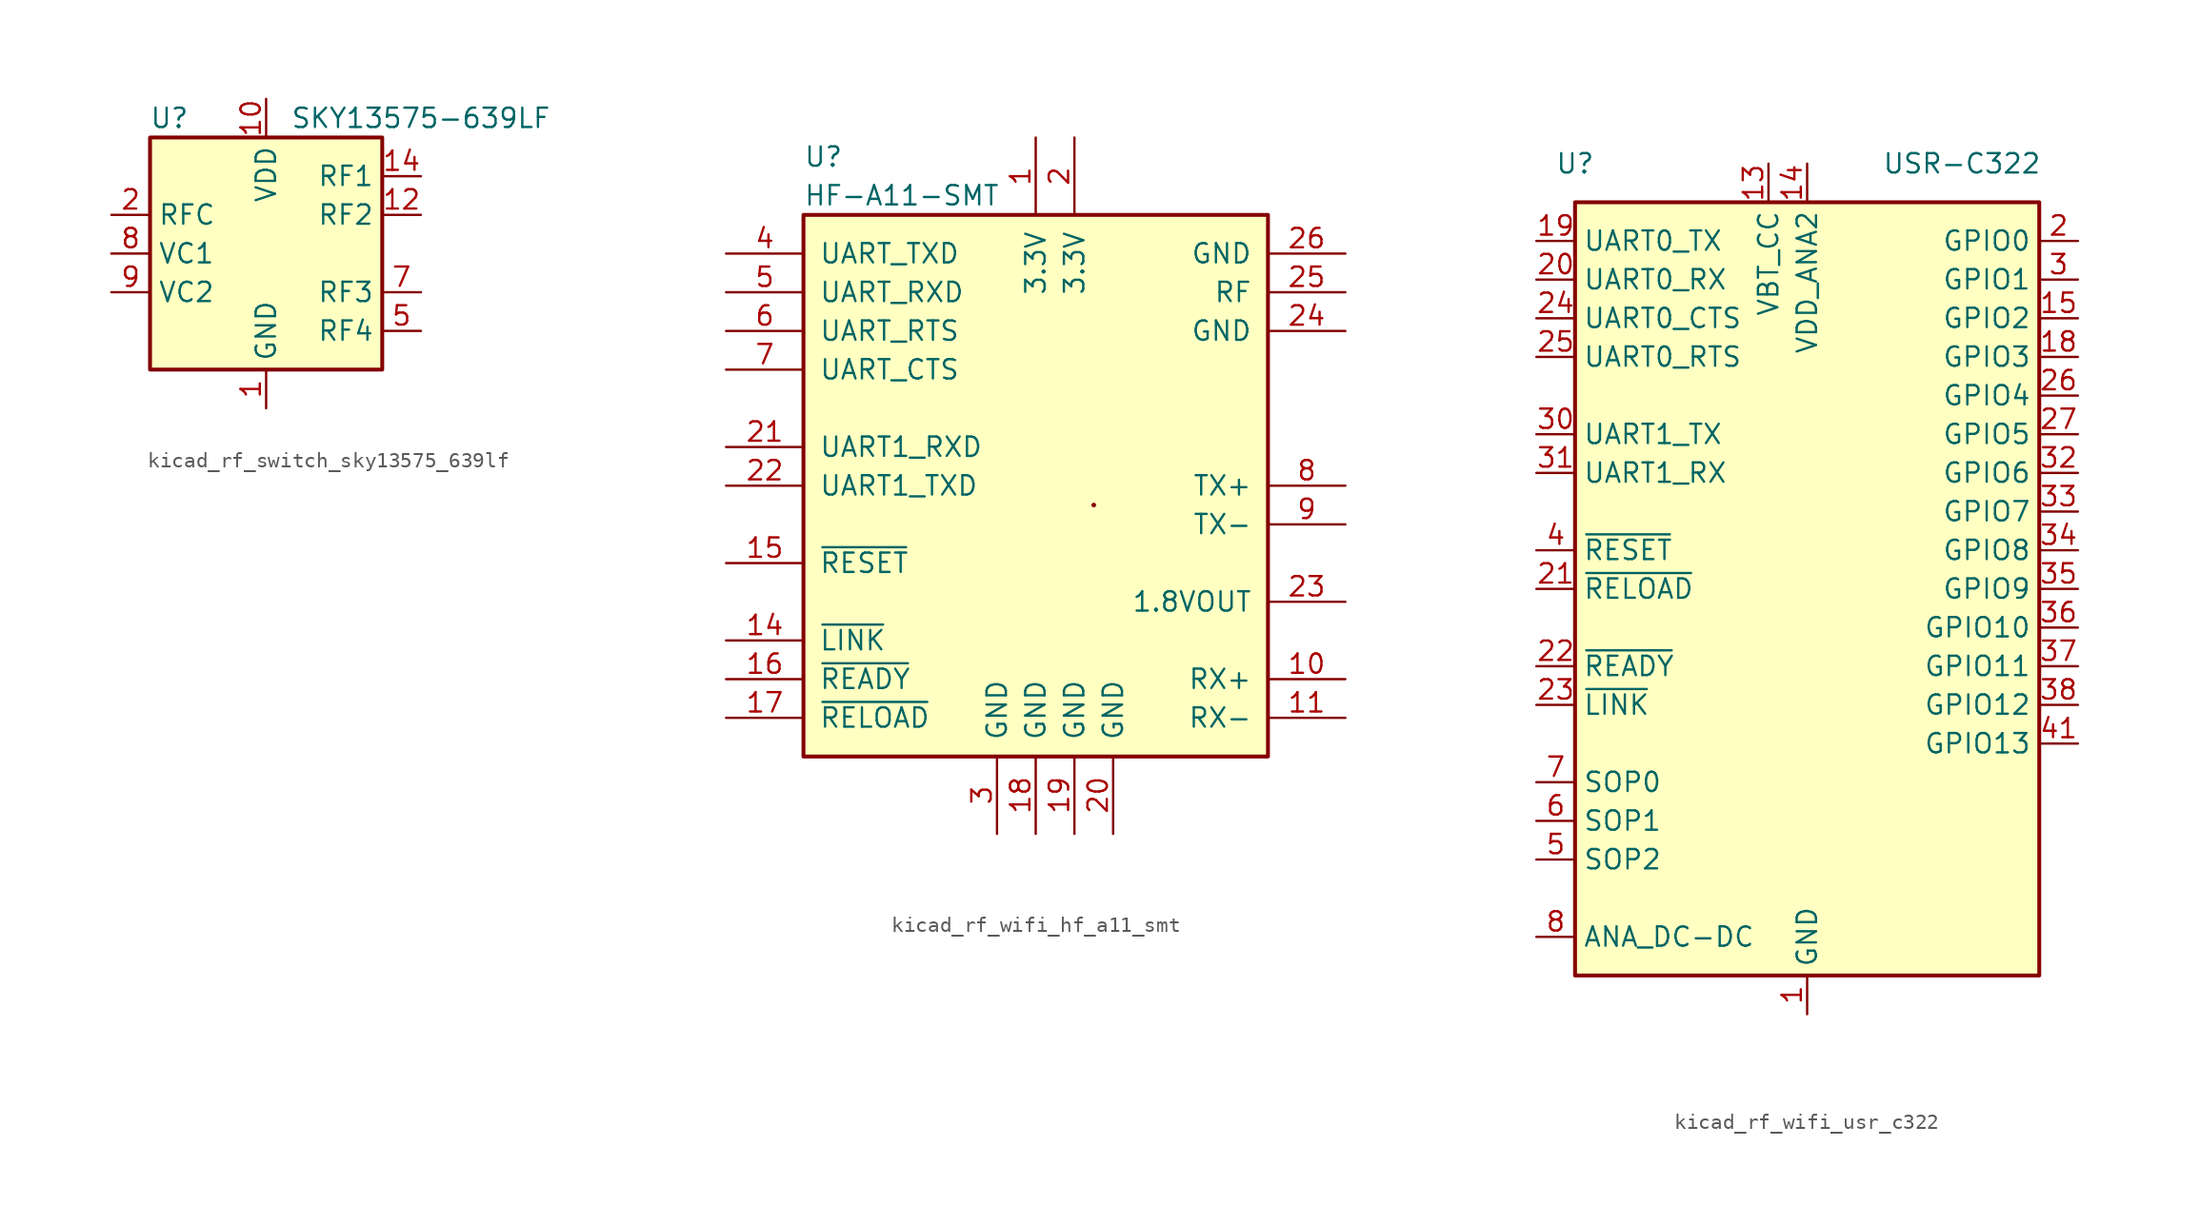
<source format=kicad_sym>
(kicad_symbol_lib
  (version 20220914)
  (generator kicad_symbol_editor)
  (symbol "kicad_rf_switch_sky13575_639lf"
    (property "Reference" "U"
      (at -6.35 8.89 0)
      (effects (font (size 1.27 1.27))))
    (property "Value" "SKY13575-639LF"
      (at 10.16 8.89 0)
      (effects (font (size 1.27 1.27))))
    (symbol "kicad_rf_switch_sky13575_639lf_0_1"
      (rectangle (start -7.62 7.62) (end 7.62 -7.62) (stroke (width 0.254) (type default)) (fill (type background))))
    (symbol "kicad_rf_switch_sky13575_639lf_1_1"
      (pin power_in line (at 0 -10.16 90) (length 2.54) (name "GND" (effects (font (size 1.27 1.27)))) (number "1" (effects (font (size 1.27 1.27)))))
      (pin power_in line (at 0 10.16 270) (length 2.54) (name "VDD" (effects (font (size 1.27 1.27)))) (number "10" (effects (font (size 1.27 1.27)))))
      (pin passive line (at 0 -10.16 90) (length 2.54) hide (name "GND" (effects (font (size 1.27 1.27)))) (number "11" (effects (font (size 1.27 1.27)))))
      (pin passive line (at 10.16 2.54 180) (length 2.54) (name "RF2" (effects (font (size 1.27 1.27)))) (number "12" (effects (font (size 1.27 1.27)))))
      (pin passive line (at 0 -10.16 90) (length 2.54) hide (name "GND" (effects (font (size 1.27 1.27)))) (number "13" (effects (font (size 1.27 1.27)))))
      (pin passive line (at 10.16 5.08 180) (length 2.54) (name "RF1" (effects (font (size 1.27 1.27)))) (number "14" (effects (font (size 1.27 1.27)))))
      (pin passive line (at 0 -10.16 90) (length 2.54) hide (name "GND" (effects (font (size 1.27 1.27)))) (number "15" (effects (font (size 1.27 1.27)))))
      (pin passive line (at -10.16 2.54 0) (length 2.54) (name "RFC" (effects (font (size 1.27 1.27)))) (number "2" (effects (font (size 1.27 1.27)))))
      (pin passive line (at 0 -10.16 90) (length 2.54) hide (name "GND" (effects (font (size 1.27 1.27)))) (number "3" (effects (font (size 1.27 1.27)))))
      (pin passive line (at 0 -10.16 90) (length 2.54) hide (name "GND" (effects (font (size 1.27 1.27)))) (number "4" (effects (font (size 1.27 1.27)))))
      (pin passive line (at 10.16 -5.08 180) (length 2.54) (name "RF4" (effects (font (size 1.27 1.27)))) (number "5" (effects (font (size 1.27 1.27)))))
      (pin passive line (at 0 -10.16 90) (length 2.54) hide (name "GND" (effects (font (size 1.27 1.27)))) (number "6" (effects (font (size 1.27 1.27)))))
      (pin passive line (at 10.16 -2.54 180) (length 2.54) (name "RF3" (effects (font (size 1.27 1.27)))) (number "7" (effects (font (size 1.27 1.27)))))
      (pin input line (at -10.16 0 0) (length 2.54) (name "VC1" (effects (font (size 1.27 1.27)))) (number "8" (effects (font (size 1.27 1.27)))))
      (pin input line (at -10.16 -2.54 0) (length 2.54) (name "VC2" (effects (font (size 1.27 1.27)))) (number "9" (effects (font (size 1.27 1.27)))))))
  (symbol "kicad_rf_wifi_hf_a11_smt"
    (pin_names
      (offset 1.016))
    (property "Reference" "U"
      (at -15.24 21.59 0)
      (effects (font (size 1.27 1.27)) (justify left)))
    (property "Value" "HF-A11-SMT"
      (at -15.24 19.05 0)
      (effects (font (size 1.27 1.27)) (justify left)))
    (symbol "kicad_rf_wifi_hf_a11_smt_0_1"
      (rectangle (start -15.24 17.78) (end 15.24 -17.78) (stroke (width 0.254) (type default)) (fill (type background)))
      (circle (center 3.81 -1.27) (radius 0.0001) (stroke (width 0) (type default)) (fill (type none))))
    (symbol "kicad_rf_wifi_hf_a11_smt_1_1"
      (pin power_in line (at 0 22.86 270) (length 5.08) (name "3.3V" (effects (font (size 1.27 1.27)))) (number "1" (effects (font (size 1.27 1.27)))))
      (pin passive line (at 20.32 -12.7 180) (length 5.08) (name "RX+" (effects (font (size 1.27 1.27)))) (number "10" (effects (font (size 1.27 1.27)))))
      (pin passive line (at 20.32 -15.24 180) (length 5.08) (name "RX-" (effects (font (size 1.27 1.27)))) (number "11" (effects (font (size 1.27 1.27)))))
      (pin output line (at -20.32 -10.16 0) (length 5.08) (name "~{LINK}" (effects (font (size 1.27 1.27)))) (number "14" (effects (font (size 1.27 1.27)))))
      (pin input line (at -20.32 -5.08 0) (length 5.08) (name "~{RESET}" (effects (font (size 1.27 1.27)))) (number "15" (effects (font (size 1.27 1.27)))))
      (pin output line (at -20.32 -12.7 0) (length 5.08) (name "~{READY}" (effects (font (size 1.27 1.27)))) (number "16" (effects (font (size 1.27 1.27)))))
      (pin input line (at -20.32 -15.24 0) (length 5.08) (name "~{RELOAD}" (effects (font (size 1.27 1.27)))) (number "17" (effects (font (size 1.27 1.27)))))
      (pin power_in line (at 0 -22.86 90) (length 5.08) (name "GND" (effects (font (size 1.27 1.27)))) (number "18" (effects (font (size 1.27 1.27)))))
      (pin power_in line (at 2.54 -22.86 90) (length 5.08) (name "GND" (effects (font (size 1.27 1.27)))) (number "19" (effects (font (size 1.27 1.27)))))
      (pin power_in line (at 2.54 22.86 270) (length 5.08) (name "3.3V" (effects (font (size 1.27 1.27)))) (number "2" (effects (font (size 1.27 1.27)))))
      (pin power_in line (at 5.08 -22.86 90) (length 5.08) (name "GND" (effects (font (size 1.27 1.27)))) (number "20" (effects (font (size 1.27 1.27)))))
      (pin input line (at -20.32 2.54 0) (length 5.08) (name "UART1_RXD" (effects (font (size 1.27 1.27)))) (number "21" (effects (font (size 1.27 1.27)))))
      (pin output line (at -20.32 0 0) (length 5.08) (name "UART1_TXD" (effects (font (size 1.27 1.27)))) (number "22" (effects (font (size 1.27 1.27)))))
      (pin power_out line (at 20.32 -7.62 180) (length 5.08) (name "1.8VOUT" (effects (font (size 1.27 1.27)))) (number "23" (effects (font (size 1.27 1.27)))))
      (pin power_in line (at 20.32 10.16 180) (length 5.08) (name "GND" (effects (font (size 1.27 1.27)))) (number "24" (effects (font (size 1.27 1.27)))))
      (pin passive line (at 20.32 12.7 180) (length 5.08) (name "RF" (effects (font (size 1.27 1.27)))) (number "25" (effects (font (size 1.27 1.27)))))
      (pin power_in line (at 20.32 15.24 180) (length 5.08) (name "GND" (effects (font (size 1.27 1.27)))) (number "26" (effects (font (size 1.27 1.27)))))
      (pin power_in line (at -2.54 -22.86 90) (length 5.08) (name "GND" (effects (font (size 1.27 1.27)))) (number "3" (effects (font (size 1.27 1.27)))))
      (pin output line (at -20.32 15.24 0) (length 5.08) (name "UART_TXD" (effects (font (size 1.27 1.27)))) (number "4" (effects (font (size 1.27 1.27)))))
      (pin input line (at -20.32 12.7 0) (length 5.08) (name "UART_RXD" (effects (font (size 1.27 1.27)))) (number "5" (effects (font (size 1.27 1.27)))))
      (pin output line (at -20.32 10.16 0) (length 5.08) (name "UART_RTS" (effects (font (size 1.27 1.27)))) (number "6" (effects (font (size 1.27 1.27)))))
      (pin input line (at -20.32 7.62 0) (length 5.08) (name "UART_CTS" (effects (font (size 1.27 1.27)))) (number "7" (effects (font (size 1.27 1.27)))))
      (pin passive line (at 20.32 0 180) (length 5.08) (name "TX+" (effects (font (size 1.27 1.27)))) (number "8" (effects (font (size 1.27 1.27)))))
      (pin passive line (at 20.32 -2.54 180) (length 5.08) (name "TX-" (effects (font (size 1.27 1.27)))) (number "9" (effects (font (size 1.27 1.27)))))))
  (symbol "kicad_rf_wifi_usr_c322"
    (property "Reference" "U"
      (at -15.24 27.94 0)
      (effects (font (size 1.27 1.27))))
    (property "Value" "USR-C322"
      (at 10.16 27.94 0)
      (effects (font (size 1.27 1.27))))
    (symbol "kicad_rf_wifi_usr_c322_1_1"
      (rectangle (start -15.24 25.4) (end 15.24 -25.4) (stroke (width 0.254) (type default)) (fill (type background)))
      (pin power_in line (at 0 -27.94 90) (length 2.54) (name "GND" (effects (font (size 1.27 1.27)))) (number "1" (effects (font (size 1.27 1.27)))))
      (pin no_connect line (at 15.24 -15.24 180) (length 2.54) hide (name "NC" (effects (font (size 1.27 1.27)))) (number "10" (effects (font (size 1.27 1.27)))))
      (pin passive line (at 0 -27.94 90) (length 2.54) hide (name "GND" (effects (font (size 1.27 1.27)))) (number "11" (effects (font (size 1.27 1.27)))))
      (pin passive line (at 0 -27.94 90) (length 2.54) hide (name "GND" (effects (font (size 1.27 1.27)))) (number "12" (effects (font (size 1.27 1.27)))))
      (pin power_in line (at -2.54 27.94 270) (length 2.54) (name "VBT_CC" (effects (font (size 1.27 1.27)))) (number "13" (effects (font (size 1.27 1.27)))))
      (pin power_in line (at 0 27.94 270) (length 2.54) (name "VDD_ANA2" (effects (font (size 1.27 1.27)))) (number "14" (effects (font (size 1.27 1.27)))))
      (pin bidirectional line (at 17.78 17.78 180) (length 2.54) (name "GPIO2" (effects (font (size 1.27 1.27)))) (number "15" (effects (font (size 1.27 1.27)))))
      (pin no_connect line (at 15.24 -17.78 180) (length 2.54) hide (name "NC" (effects (font (size 1.27 1.27)))) (number "16" (effects (font (size 1.27 1.27)))))
      (pin passive line (at 0 -27.94 90) (length 2.54) hide (name "GND" (effects (font (size 1.27 1.27)))) (number "17" (effects (font (size 1.27 1.27)))))
      (pin bidirectional line (at 17.78 15.24 180) (length 2.54) (name "GPIO3" (effects (font (size 1.27 1.27)))) (number "18" (effects (font (size 1.27 1.27)))))
      (pin output line (at -17.78 22.86 0) (length 2.54) (name "UART0_TX" (effects (font (size 1.27 1.27)))) (number "19" (effects (font (size 1.27 1.27)))))
      (pin bidirectional line (at 17.78 22.86 180) (length 2.54) (name "GPIO0" (effects (font (size 1.27 1.27)))) (number "2" (effects (font (size 1.27 1.27)))))
      (pin input line (at -17.78 20.32 0) (length 2.54) (name "UART0_RX" (effects (font (size 1.27 1.27)))) (number "20" (effects (font (size 1.27 1.27)))))
      (pin input line (at -17.78 0 0) (length 2.54) (name "~{RELOAD}" (effects (font (size 1.27 1.27)))) (number "21" (effects (font (size 1.27 1.27)))))
      (pin open_collector line (at -17.78 -5.08 0) (length 2.54) (name "~{READY}" (effects (font (size 1.27 1.27)))) (number "22" (effects (font (size 1.27 1.27)))))
      (pin open_collector line (at -17.78 -7.62 0) (length 2.54) (name "~{LINK}" (effects (font (size 1.27 1.27)))) (number "23" (effects (font (size 1.27 1.27)))))
      (pin input line (at -17.78 17.78 0) (length 2.54) (name "UART0_CTS" (effects (font (size 1.27 1.27)))) (number "24" (effects (font (size 1.27 1.27)))))
      (pin output line (at -17.78 15.24 0) (length 2.54) (name "UART0_RTS" (effects (font (size 1.27 1.27)))) (number "25" (effects (font (size 1.27 1.27)))))
      (pin bidirectional line (at 17.78 12.7 180) (length 2.54) (name "GPIO4" (effects (font (size 1.27 1.27)))) (number "26" (effects (font (size 1.27 1.27)))))
      (pin bidirectional line (at 17.78 10.16 180) (length 2.54) (name "GPIO5" (effects (font (size 1.27 1.27)))) (number "27" (effects (font (size 1.27 1.27)))))
      (pin passive line (at 0 -27.94 90) (length 2.54) hide (name "GND" (effects (font (size 1.27 1.27)))) (number "28" (effects (font (size 1.27 1.27)))))
      (pin passive line (at 0 -27.94 90) (length 2.54) hide (name "GND" (effects (font (size 1.27 1.27)))) (number "29" (effects (font (size 1.27 1.27)))))
      (pin bidirectional line (at 17.78 20.32 180) (length 2.54) (name "GPIO1" (effects (font (size 1.27 1.27)))) (number "3" (effects (font (size 1.27 1.27)))))
      (pin output line (at -17.78 10.16 0) (length 2.54) (name "UART1_TX" (effects (font (size 1.27 1.27)))) (number "30" (effects (font (size 1.27 1.27)))))
      (pin input line (at -17.78 7.62 0) (length 2.54) (name "UART1_RX" (effects (font (size 1.27 1.27)))) (number "31" (effects (font (size 1.27 1.27)))))
      (pin bidirectional line (at 17.78 7.62 180) (length 2.54) (name "GPIO6" (effects (font (size 1.27 1.27)))) (number "32" (effects (font (size 1.27 1.27)))))
      (pin bidirectional line (at 17.78 5.08 180) (length 2.54) (name "GPIO7" (effects (font (size 1.27 1.27)))) (number "33" (effects (font (size 1.27 1.27)))))
      (pin bidirectional line (at 17.78 2.54 180) (length 2.54) (name "GPIO8" (effects (font (size 1.27 1.27)))) (number "34" (effects (font (size 1.27 1.27)))))
      (pin bidirectional line (at 17.78 0 180) (length 2.54) (name "GPIO9" (effects (font (size 1.27 1.27)))) (number "35" (effects (font (size 1.27 1.27)))))
      (pin bidirectional line (at 17.78 -2.54 180) (length 2.54) (name "GPIO10" (effects (font (size 1.27 1.27)))) (number "36" (effects (font (size 1.27 1.27)))))
      (pin bidirectional line (at 17.78 -5.08 180) (length 2.54) (name "GPIO11" (effects (font (size 1.27 1.27)))) (number "37" (effects (font (size 1.27 1.27)))))
      (pin bidirectional line (at 17.78 -7.62 180) (length 2.54) (name "GPIO12" (effects (font (size 1.27 1.27)))) (number "38" (effects (font (size 1.27 1.27)))))
      (pin no_connect line (at 15.24 -20.32 180) (length 2.54) hide (name "NC" (effects (font (size 1.27 1.27)))) (number "39" (effects (font (size 1.27 1.27)))))
      (pin input line (at -17.78 2.54 0) (length 2.54) (name "~{RESET}" (effects (font (size 1.27 1.27)))) (number "4" (effects (font (size 1.27 1.27)))))
      (pin no_connect line (at 15.24 -22.86 180) (length 2.54) hide (name "NC" (effects (font (size 1.27 1.27)))) (number "40" (effects (font (size 1.27 1.27)))))
      (pin bidirectional line (at 17.78 -10.16 180) (length 2.54) (name "GPIO13" (effects (font (size 1.27 1.27)))) (number "41" (effects (font (size 1.27 1.27)))))
      (pin no_connect line (at 7.62 -25.4 90) (length 2.54) hide (name "NC" (effects (font (size 1.27 1.27)))) (number "42" (effects (font (size 1.27 1.27)))))
      (pin no_connect line (at 5.08 -25.4 90) (length 2.54) hide (name "NC" (effects (font (size 1.27 1.27)))) (number "43" (effects (font (size 1.27 1.27)))))
      (pin passive line (at 0 -27.94 90) (length 2.54) hide (name "GND" (effects (font (size 1.27 1.27)))) (number "44" (effects (font (size 1.27 1.27)))))
      (pin passive line (at -17.78 -17.78 0) (length 2.54) (name "SOP2" (effects (font (size 1.27 1.27)))) (number "5" (effects (font (size 1.27 1.27)))))
      (pin passive line (at -17.78 -15.24 0) (length 2.54) (name "SOP1" (effects (font (size 1.27 1.27)))) (number "6" (effects (font (size 1.27 1.27)))))
      (pin passive line (at -17.78 -12.7 0) (length 2.54) (name "SOP0" (effects (font (size 1.27 1.27)))) (number "7" (effects (font (size 1.27 1.27)))))
      (pin passive line (at -17.78 -22.86 0) (length 2.54) (name "ANA_DC-DC" (effects (font (size 1.27 1.27)))) (number "8" (effects (font (size 1.27 1.27)))))
      (pin no_connect line (at 15.24 -12.7 180) (length 2.54) hide (name "NC" (effects (font (size 1.27 1.27)))) (number "9" (effects (font (size 1.27 1.27))))))))
</source>
